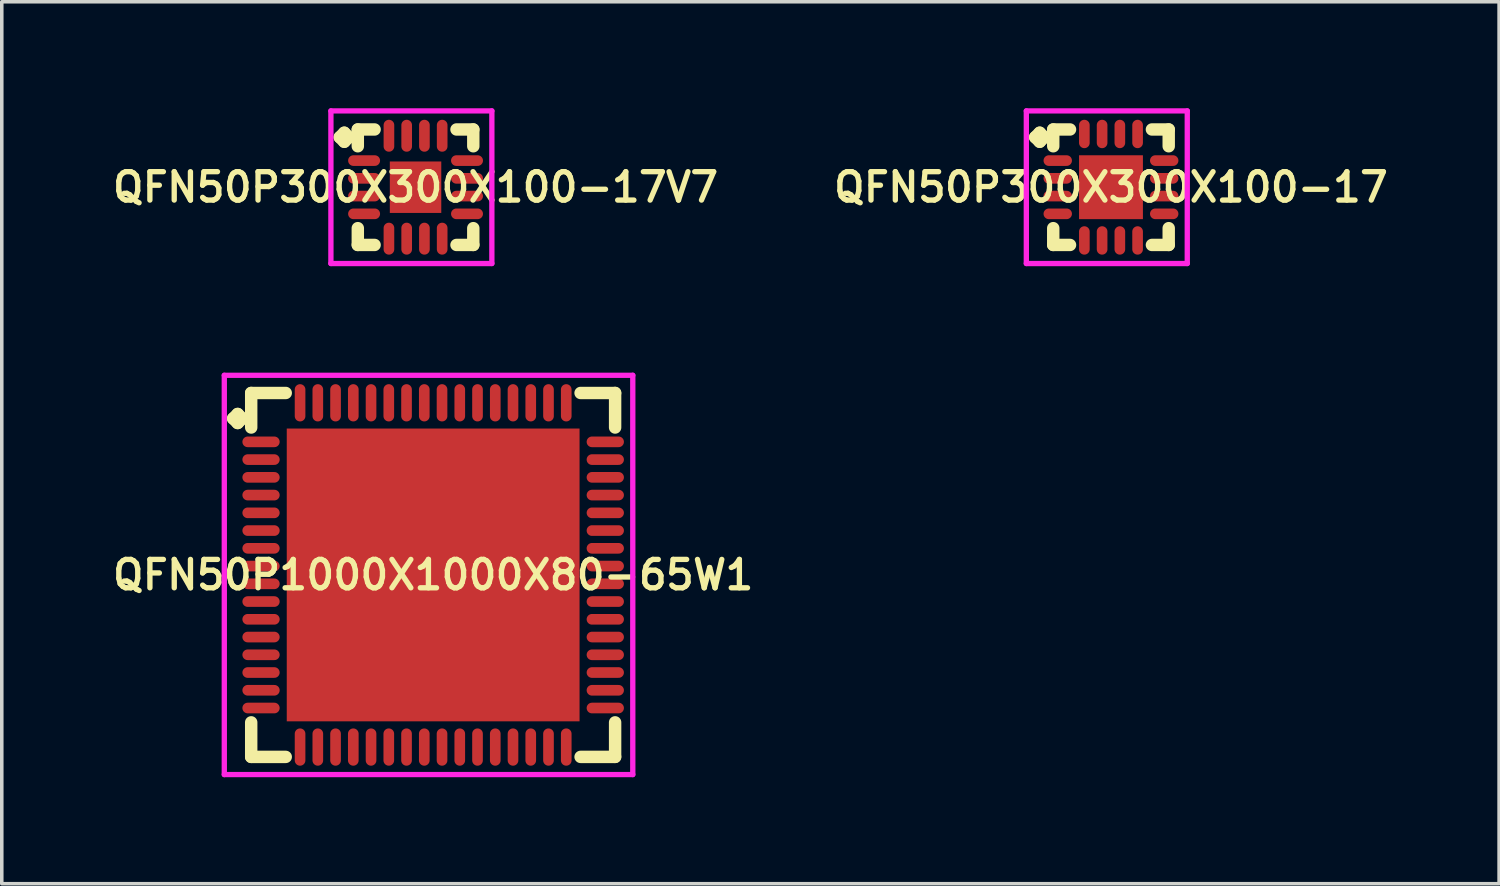
<source format=kicad_pcb>
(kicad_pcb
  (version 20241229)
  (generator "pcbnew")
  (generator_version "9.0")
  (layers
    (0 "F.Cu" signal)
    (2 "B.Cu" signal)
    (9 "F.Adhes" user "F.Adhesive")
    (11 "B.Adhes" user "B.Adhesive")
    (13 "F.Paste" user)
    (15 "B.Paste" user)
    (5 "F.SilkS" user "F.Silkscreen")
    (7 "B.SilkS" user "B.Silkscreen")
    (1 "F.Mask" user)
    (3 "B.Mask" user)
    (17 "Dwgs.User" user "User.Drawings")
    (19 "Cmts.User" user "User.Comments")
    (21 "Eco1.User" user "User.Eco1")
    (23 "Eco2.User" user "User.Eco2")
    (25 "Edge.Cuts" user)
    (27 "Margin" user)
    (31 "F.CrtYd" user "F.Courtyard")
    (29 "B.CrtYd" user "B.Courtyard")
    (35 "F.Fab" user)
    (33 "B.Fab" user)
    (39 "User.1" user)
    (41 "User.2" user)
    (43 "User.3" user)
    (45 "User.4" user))
  (footprint "QFN50P300X300X100-17V7"
    (layer "F.Cu")
    (at 8.659 2.225)
    (property "Reference" "QFN50P300X300X100-17V7" (at 0 0 0) (layer "F.SilkS") (effects (font (size 0.8 0.8) (thickness 0.15))))
    (attr smd)
    (fp_line (start -2.135 -1.408) (end -2.008 -1.535) (stroke (width 0.35) (type solid)) (layer "F.SilkS"))
    (fp_line (start -2.008 -1.535) (end -1.881 -1.408) (stroke (width 0.35) (type solid)) (layer "F.SilkS"))
    (fp_line (start -2.008 -1.281) (end -2.135 -1.408) (stroke (width 0.35) (type solid)) (layer "F.SilkS"))
    (fp_line (start -1.881 -1.408) (end -2.008 -1.281) (stroke (width 0.35) (type solid)) (layer "F.SilkS"))
    (fp_line (start -1.627 -1.627) (end -1.154 -1.627) (stroke (width 0.35) (type solid)) (layer "F.SilkS"))
    (fp_line (start -1.627 -1.154) (end -1.627 -1.627) (stroke (width 0.35) (type solid)) (layer "F.SilkS"))
    (fp_line (start -1.627 1.154) (end -1.627 1.627) (stroke (width 0.35) (type solid)) (layer "F.SilkS"))
    (fp_line (start -1.627 1.627) (end -1.154 1.627) (stroke (width 0.35) (type solid)) (layer "F.SilkS"))
    (fp_line (start 1.154 -1.627) (end 1.627 -1.627) (stroke (width 0.35) (type solid)) (layer "F.SilkS"))
    (fp_line (start 1.154 1.627) (end 1.627 1.627) (stroke (width 0.35) (type solid)) (layer "F.SilkS"))
    (fp_line (start 1.627 -1.627) (end 1.627 -1.154) (stroke (width 0.35) (type solid)) (layer "F.SilkS"))
    (fp_line (start 1.627 1.627) (end 1.627 1.154) (stroke (width 0.35) (type solid)) (layer "F.SilkS"))
    (fp_line (start -2.385 -2.15) (end 2.15 -2.15) (stroke (width 0.15) (type solid)) (layer "F.CrtYd"))
    (fp_line (start -2.385 2.15) (end -2.385 -2.15) (stroke (width 0.15) (type solid)) (layer "F.CrtYd"))
    (fp_line (start 2.15 -2.15) (end 2.15 2.15) (stroke (width 0.15) (type solid)) (layer "F.CrtYd"))
    (fp_line (start 2.15 2.15) (end -2.385 2.15) (stroke (width 0.15) (type solid)) (layer "F.CrtYd"))
    (pad "1" smd oval (at -1.45 -0.75) (size 0.9 0.3) (layers "F.Cu" "F.Mask" "F.Paste"))
    (pad "2" smd oval (at -1.45 -0.25) (size 0.9 0.3) (layers "F.Cu" "F.Mask" "F.Paste"))
    (pad "3" smd oval (at -1.45 0.25) (size 0.9 0.3) (layers "F.Cu" "F.Mask" "F.Paste"))
    (pad "4" smd oval (at -1.45 0.75) (size 0.9 0.3) (layers "F.Cu" "F.Mask" "F.Paste"))
    (pad "5" smd oval (at -0.75 1.45) (size 0.3 0.9) (layers "F.Cu" "F.Mask" "F.Paste"))
    (pad "6" smd oval (at -0.25 1.45) (size 0.3 0.9) (layers "F.Cu" "F.Mask" "F.Paste"))
    (pad "7" smd oval (at 0.25 1.45) (size 0.3 0.9) (layers "F.Cu" "F.Mask" "F.Paste"))
    (pad "8" smd oval (at 0.75 1.45) (size 0.3 0.9) (layers "F.Cu" "F.Mask" "F.Paste"))
    (pad "9" smd oval (at 1.45 0.75) (size 0.9 0.3) (layers "F.Cu" "F.Mask" "F.Paste"))
    (pad "10" smd oval (at 1.45 0.25) (size 0.9 0.3) (layers "F.Cu" "F.Mask" "F.Paste"))
    (pad "11" smd oval (at 1.45 -0.25) (size 0.9 0.3) (layers "F.Cu" "F.Mask" "F.Paste"))
    (pad "12" smd oval (at 1.45 -0.75) (size 0.9 0.3) (layers "F.Cu" "F.Mask" "F.Paste"))
    (pad "13" smd oval (at 0.75 -1.45) (size 0.3 0.9) (layers "F.Cu" "F.Mask" "F.Paste"))
    (pad "14" smd oval (at 0.25 -1.45) (size 0.3 0.9) (layers "F.Cu" "F.Mask" "F.Paste"))
    (pad "15" smd oval (at -0.25 -1.45) (size 0.3 0.9) (layers "F.Cu" "F.Mask" "F.Paste"))
    (pad "16" smd oval (at -0.75 -1.45) (size 0.3 0.9) (layers "F.Cu" "F.Mask" "F.Paste"))
    (pad "17" smd rect (at 0 0) (size 1.45 1.45) (layers "F.Cu" "F.Mask" "F.Paste")))
  (footprint "QFN50P300X300X100-17"
    (layer "F.Cu")
    (at 28.254 2.225)
    (property "Reference" "QFN50P300X300X100-17" (at 0 0 0) (layer "F.SilkS") (effects (font (size 0.8 0.8) (thickness 0.15))))
    (attr smd)
    (fp_line (start -2.135 -1.408) (end -2.008 -1.535) (stroke (width 0.35) (type solid)) (layer "F.SilkS"))
    (fp_line (start -2.008 -1.535) (end -1.881 -1.408) (stroke (width 0.35) (type solid)) (layer "F.SilkS"))
    (fp_line (start -2.008 -1.281) (end -2.135 -1.408) (stroke (width 0.35) (type solid)) (layer "F.SilkS"))
    (fp_line (start -1.881 -1.408) (end -2.008 -1.281) (stroke (width 0.35) (type solid)) (layer "F.SilkS"))
    (fp_line (start -1.627 -1.627) (end -1.154 -1.627) (stroke (width 0.35) (type solid)) (layer "F.SilkS"))
    (fp_line (start -1.627 -1.154) (end -1.627 -1.627) (stroke (width 0.35) (type solid)) (layer "F.SilkS"))
    (fp_line (start -1.627 1.154) (end -1.627 1.627) (stroke (width 0.35) (type solid)) (layer "F.SilkS"))
    (fp_line (start -1.627 1.627) (end -1.154 1.627) (stroke (width 0.35) (type solid)) (layer "F.SilkS"))
    (fp_line (start 1.154 -1.627) (end 1.627 -1.627) (stroke (width 0.35) (type solid)) (layer "F.SilkS"))
    (fp_line (start 1.154 1.627) (end 1.627 1.627) (stroke (width 0.35) (type solid)) (layer "F.SilkS"))
    (fp_line (start 1.627 -1.627) (end 1.627 -1.154) (stroke (width 0.35) (type solid)) (layer "F.SilkS"))
    (fp_line (start 1.627 1.627) (end 1.627 1.154) (stroke (width 0.35) (type solid)) (layer "F.SilkS"))
    (fp_line (start -2.385 -2.15) (end 2.15 -2.15) (stroke (width 0.15) (type solid)) (layer "F.CrtYd"))
    (fp_line (start -2.385 2.15) (end -2.385 -2.15) (stroke (width 0.15) (type solid)) (layer "F.CrtYd"))
    (fp_line (start 2.15 -2.15) (end 2.15 2.15) (stroke (width 0.15) (type solid)) (layer "F.CrtYd"))
    (fp_line (start 2.15 2.15) (end -2.385 2.15) (stroke (width 0.15) (type solid)) (layer "F.CrtYd"))
    (pad "1" smd oval (at -1.5 -0.75) (size 0.8 0.3) (layers "F.Cu" "F.Mask" "F.Paste"))
    (pad "2" smd oval (at -1.5 -0.25) (size 0.8 0.3) (layers "F.Cu" "F.Mask" "F.Paste"))
    (pad "3" smd oval (at -1.5 0.25) (size 0.8 0.3) (layers "F.Cu" "F.Mask" "F.Paste"))
    (pad "4" smd oval (at -1.5 0.75) (size 0.8 0.3) (layers "F.Cu" "F.Mask" "F.Paste"))
    (pad "5" smd oval (at -0.75 1.5) (size 0.3 0.8) (layers "F.Cu" "F.Mask" "F.Paste"))
    (pad "6" smd oval (at -0.25 1.5) (size 0.3 0.8) (layers "F.Cu" "F.Mask" "F.Paste"))
    (pad "7" smd oval (at 0.25 1.5) (size 0.3 0.8) (layers "F.Cu" "F.Mask" "F.Paste"))
    (pad "8" smd oval (at 0.75 1.5) (size 0.3 0.8) (layers "F.Cu" "F.Mask" "F.Paste"))
    (pad "9" smd oval (at 1.5 0.75) (size 0.8 0.3) (layers "F.Cu" "F.Mask" "F.Paste"))
    (pad "10" smd oval (at 1.5 0.25) (size 0.8 0.3) (layers "F.Cu" "F.Mask" "F.Paste"))
    (pad "11" smd oval (at 1.5 -0.25) (size 0.8 0.3) (layers "F.Cu" "F.Mask" "F.Paste"))
    (pad "12" smd oval (at 1.5 -0.75) (size 0.8 0.3) (layers "F.Cu" "F.Mask" "F.Paste"))
    (pad "13" smd oval (at 0.75 -1.5) (size 0.3 0.8) (layers "F.Cu" "F.Mask" "F.Paste"))
    (pad "14" smd oval (at 0.25 -1.5) (size 0.3 0.8) (layers "F.Cu" "F.Mask" "F.Paste"))
    (pad "15" smd oval (at -0.25 -1.5) (size 0.3 0.8) (layers "F.Cu" "F.Mask" "F.Paste"))
    (pad "16" smd oval (at -0.75 -1.5) (size 0.3 0.8) (layers "F.Cu" "F.Mask" "F.Paste"))
    (pad "17" smd rect (at 0 0) (size 1.8 1.8) (layers "F.Cu" "F.Mask" "F.Paste")))
  (footprint "QFN50P1000X1000X80-65W1"
    (layer "F.Cu")
    (at 9.155 13.15)
    (property "Reference" "QFN50P1000X1000X80-65W1" (at 0 0 0) (layer "F.SilkS") (effects (font (size 0.8 0.8) (thickness 0.15))))
    (attr smd)
    (fp_line (start -5.635 -4.408) (end -5.508 -4.535) (stroke (width 0.35) (type solid)) (layer "F.SilkS"))
    (fp_line (start -5.508 -4.535) (end -5.381 -4.408) (stroke (width 0.35) (type solid)) (layer "F.SilkS"))
    (fp_line (start -5.508 -4.281) (end -5.635 -4.408) (stroke (width 0.35) (type solid)) (layer "F.SilkS"))
    (fp_line (start -5.381 -4.408) (end -5.508 -4.281) (stroke (width 0.35) (type solid)) (layer "F.SilkS"))
    (fp_line (start -5.127 -5.127) (end -4.154 -5.127) (stroke (width 0.35) (type solid)) (layer "F.SilkS"))
    (fp_line (start -5.127 -4.154) (end -5.127 -5.127) (stroke (width 0.35) (type solid)) (layer "F.SilkS"))
    (fp_line (start -5.127 4.154) (end -5.127 5.127) (stroke (width 0.35) (type solid)) (layer "F.SilkS"))
    (fp_line (start -5.127 5.127) (end -4.154 5.127) (stroke (width 0.35) (type solid)) (layer "F.SilkS"))
    (fp_line (start 4.154 -5.127) (end 5.127 -5.127) (stroke (width 0.35) (type solid)) (layer "F.SilkS"))
    (fp_line (start 4.154 5.127) (end 5.127 5.127) (stroke (width 0.35) (type solid)) (layer "F.SilkS"))
    (fp_line (start 5.127 -5.127) (end 5.127 -4.154) (stroke (width 0.35) (type solid)) (layer "F.SilkS"))
    (fp_line (start 5.127 5.127) (end 5.127 4.154) (stroke (width 0.35) (type solid)) (layer "F.SilkS"))
    (fp_line (start -5.885 -5.625) (end 5.625 -5.625) (stroke (width 0.15) (type solid)) (layer "F.CrtYd"))
    (fp_line (start -5.885 5.625) (end -5.885 -5.625) (stroke (width 0.15) (type solid)) (layer "F.CrtYd"))
    (fp_line (start 5.625 -5.625) (end 5.625 5.625) (stroke (width 0.15) (type solid)) (layer "F.CrtYd"))
    (fp_line (start 5.625 5.625) (end -5.885 5.625) (stroke (width 0.15) (type solid)) (layer "F.CrtYd"))
    (pad "1" smd oval (at -4.85 -3.75) (size 1.05 0.3) (layers "F.Cu" "F.Mask" "F.Paste"))
    (pad "2" smd oval (at -4.85 -3.25) (size 1.05 0.3) (layers "F.Cu" "F.Mask" "F.Paste"))
    (pad "3" smd oval (at -4.85 -2.75) (size 1.05 0.3) (layers "F.Cu" "F.Mask" "F.Paste"))
    (pad "4" smd oval (at -4.85 -2.25) (size 1.05 0.3) (layers "F.Cu" "F.Mask" "F.Paste"))
    (pad "5" smd oval (at -4.85 -1.75) (size 1.05 0.3) (layers "F.Cu" "F.Mask" "F.Paste"))
    (pad "6" smd oval (at -4.85 -1.25) (size 1.05 0.3) (layers "F.Cu" "F.Mask" "F.Paste"))
    (pad "7" smd oval (at -4.85 -0.75) (size 1.05 0.3) (layers "F.Cu" "F.Mask" "F.Paste"))
    (pad "8" smd oval (at -4.85 -0.25) (size 1.05 0.3) (layers "F.Cu" "F.Mask" "F.Paste"))
    (pad "9" smd oval (at -4.85 0.25) (size 1.05 0.3) (layers "F.Cu" "F.Mask" "F.Paste"))
    (pad "10" smd oval (at -4.85 0.75) (size 1.05 0.3) (layers "F.Cu" "F.Mask" "F.Paste"))
    (pad "11" smd oval (at -4.85 1.25) (size 1.05 0.3) (layers "F.Cu" "F.Mask" "F.Paste"))
    (pad "12" smd oval (at -4.85 1.75) (size 1.05 0.3) (layers "F.Cu" "F.Mask" "F.Paste"))
    (pad "13" smd oval (at -4.85 2.25) (size 1.05 0.3) (layers "F.Cu" "F.Mask" "F.Paste"))
    (pad "14" smd oval (at -4.85 2.75) (size 1.05 0.3) (layers "F.Cu" "F.Mask" "F.Paste"))
    (pad "15" smd oval (at -4.85 3.25) (size 1.05 0.3) (layers "F.Cu" "F.Mask" "F.Paste"))
    (pad "16" smd oval (at -4.85 3.75) (size 1.05 0.3) (layers "F.Cu" "F.Mask" "F.Paste"))
    (pad "17" smd oval (at -3.75 4.85) (size 0.3 1.05) (layers "F.Cu" "F.Mask" "F.Paste"))
    (pad "18" smd oval (at -3.25 4.85) (size 0.3 1.05) (layers "F.Cu" "F.Mask" "F.Paste"))
    (pad "19" smd oval (at -2.75 4.85) (size 0.3 1.05) (layers "F.Cu" "F.Mask" "F.Paste"))
    (pad "20" smd oval (at -2.25 4.85) (size 0.3 1.05) (layers "F.Cu" "F.Mask" "F.Paste"))
    (pad "21" smd oval (at -1.75 4.85) (size 0.3 1.05) (layers "F.Cu" "F.Mask" "F.Paste"))
    (pad "22" smd oval (at -1.25 4.85) (size 0.3 1.05) (layers "F.Cu" "F.Mask" "F.Paste"))
    (pad "23" smd oval (at -0.75 4.85) (size 0.3 1.05) (layers "F.Cu" "F.Mask" "F.Paste"))
    (pad "24" smd oval (at -0.25 4.85) (size 0.3 1.05) (layers "F.Cu" "F.Mask" "F.Paste"))
    (pad "25" smd oval (at 0.25 4.85) (size 0.3 1.05) (layers "F.Cu" "F.Mask" "F.Paste"))
    (pad "26" smd oval (at 0.75 4.85) (size 0.3 1.05) (layers "F.Cu" "F.Mask" "F.Paste"))
    (pad "27" smd oval (at 1.25 4.85) (size 0.3 1.05) (layers "F.Cu" "F.Mask" "F.Paste"))
    (pad "28" smd oval (at 1.75 4.85) (size 0.3 1.05) (layers "F.Cu" "F.Mask" "F.Paste"))
    (pad "29" smd oval (at 2.25 4.85) (size 0.3 1.05) (layers "F.Cu" "F.Mask" "F.Paste"))
    (pad "30" smd oval (at 2.75 4.85) (size 0.3 1.05) (layers "F.Cu" "F.Mask" "F.Paste"))
    (pad "31" smd oval (at 3.25 4.85) (size 0.3 1.05) (layers "F.Cu" "F.Mask" "F.Paste"))
    (pad "32" smd oval (at 3.75 4.85) (size 0.3 1.05) (layers "F.Cu" "F.Mask" "F.Paste"))
    (pad "33" smd oval (at 4.85 3.75) (size 1.05 0.3) (layers "F.Cu" "F.Mask" "F.Paste"))
    (pad "34" smd oval (at 4.85 3.25) (size 1.05 0.3) (layers "F.Cu" "F.Mask" "F.Paste"))
    (pad "35" smd oval (at 4.85 2.75) (size 1.05 0.3) (layers "F.Cu" "F.Mask" "F.Paste"))
    (pad "36" smd oval (at 4.85 2.25) (size 1.05 0.3) (layers "F.Cu" "F.Mask" "F.Paste"))
    (pad "37" smd oval (at 4.85 1.75) (size 1.05 0.3) (layers "F.Cu" "F.Mask" "F.Paste"))
    (pad "38" smd oval (at 4.85 1.25) (size 1.05 0.3) (layers "F.Cu" "F.Mask" "F.Paste"))
    (pad "39" smd oval (at 4.85 0.75) (size 1.05 0.3) (layers "F.Cu" "F.Mask" "F.Paste"))
    (pad "40" smd oval (at 4.85 0.25) (size 1.05 0.3) (layers "F.Cu" "F.Mask" "F.Paste"))
    (pad "41" smd oval (at 4.85 -0.25) (size 1.05 0.3) (layers "F.Cu" "F.Mask" "F.Paste"))
    (pad "42" smd oval (at 4.85 -0.75) (size 1.05 0.3) (layers "F.Cu" "F.Mask" "F.Paste"))
    (pad "43" smd oval (at 4.85 -1.25) (size 1.05 0.3) (layers "F.Cu" "F.Mask" "F.Paste"))
    (pad "44" smd oval (at 4.85 -1.75) (size 1.05 0.3) (layers "F.Cu" "F.Mask" "F.Paste"))
    (pad "45" smd oval (at 4.85 -2.25) (size 1.05 0.3) (layers "F.Cu" "F.Mask" "F.Paste"))
    (pad "46" smd oval (at 4.85 -2.75) (size 1.05 0.3) (layers "F.Cu" "F.Mask" "F.Paste"))
    (pad "47" smd oval (at 4.85 -3.25) (size 1.05 0.3) (layers "F.Cu" "F.Mask" "F.Paste"))
    (pad "48" smd oval (at 4.85 -3.75) (size 1.05 0.3) (layers "F.Cu" "F.Mask" "F.Paste"))
    (pad "49" smd oval (at 3.75 -4.85) (size 0.3 1.05) (layers "F.Cu" "F.Mask" "F.Paste"))
    (pad "50" smd oval (at 3.25 -4.85) (size 0.3 1.05) (layers "F.Cu" "F.Mask" "F.Paste"))
    (pad "51" smd oval (at 2.75 -4.85) (size 0.3 1.05) (layers "F.Cu" "F.Mask" "F.Paste"))
    (pad "52" smd oval (at 2.25 -4.85) (size 0.3 1.05) (layers "F.Cu" "F.Mask" "F.Paste"))
    (pad "53" smd oval (at 1.75 -4.85) (size 0.3 1.05) (layers "F.Cu" "F.Mask" "F.Paste"))
    (pad "54" smd oval (at 1.25 -4.85) (size 0.3 1.05) (layers "F.Cu" "F.Mask" "F.Paste"))
    (pad "55" smd oval (at 0.75 -4.85) (size 0.3 1.05) (layers "F.Cu" "F.Mask" "F.Paste"))
    (pad "56" smd oval (at 0.25 -4.85) (size 0.3 1.05) (layers "F.Cu" "F.Mask" "F.Paste"))
    (pad "57" smd oval (at -0.25 -4.85) (size 0.3 1.05) (layers "F.Cu" "F.Mask" "F.Paste"))
    (pad "58" smd oval (at -0.75 -4.85) (size 0.3 1.05) (layers "F.Cu" "F.Mask" "F.Paste"))
    (pad "59" smd oval (at -1.25 -4.85) (size 0.3 1.05) (layers "F.Cu" "F.Mask" "F.Paste"))
    (pad "60" smd oval (at -1.75 -4.85) (size 0.3 1.05) (layers "F.Cu" "F.Mask" "F.Paste"))
    (pad "61" smd oval (at -2.25 -4.85) (size 0.3 1.05) (layers "F.Cu" "F.Mask" "F.Paste"))
    (pad "62" smd oval (at -2.75 -4.85) (size 0.3 1.05) (layers "F.Cu" "F.Mask" "F.Paste"))
    (pad "63" smd oval (at -3.25 -4.85) (size 0.3 1.05) (layers "F.Cu" "F.Mask" "F.Paste"))
    (pad "64" smd oval (at -3.75 -4.85) (size 0.3 1.05) (layers "F.Cu" "F.Mask" "F.Paste"))
    (pad "65" smd rect (at 0 0) (size 8.25 8.25) (layers "F.Cu" "F.Mask" "F.Paste")))
  (gr_rect
    (start -3 -3)
    (end 39.19 21.85)
    (stroke (width 0.1) (type default))
    (fill no)
    (layer "Edge.Cuts")))
</source>
